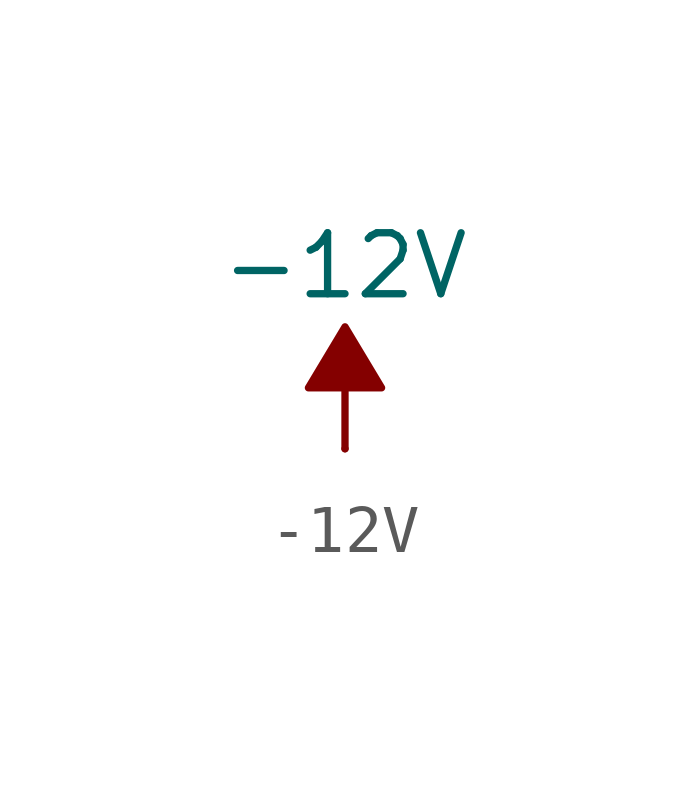
<source format=kicad_sym>
(kicad_symbol_lib
  (version 20231120)
  (generator "kicad_symbol_editor")
  (generator_version "8.0")
  (symbol "-12V"
    (power)
    (pin_numbers hide)
    (pin_names
      (offset 0) hide)
    (property "Reference" "#PWR"
      (at 0 2.54 0)
      (effects (font (size 1.27 1.27)) (hide yes)))
    (property "Value" "-12V"
      (at 0 3.81 0)
      (effects (font (size 1.27 1.27))))
    (symbol "-12V_0_0"
      (pin power_in line (at 0 0 90) (length 0) (name "~" (effects (font (size 1.27 1.27)))) (number "1" (effects (font (size 1.27 1.27))))))
    (symbol "-12V_0_1"
      (polyline (pts (xy 0 0) (xy 0 1.27) (xy 0.762 1.27) (xy 0 2.54) (xy -0.762 1.27) (xy 0 1.27)) (stroke (width 0) (type default)) (fill (type outline))))))
</source>
